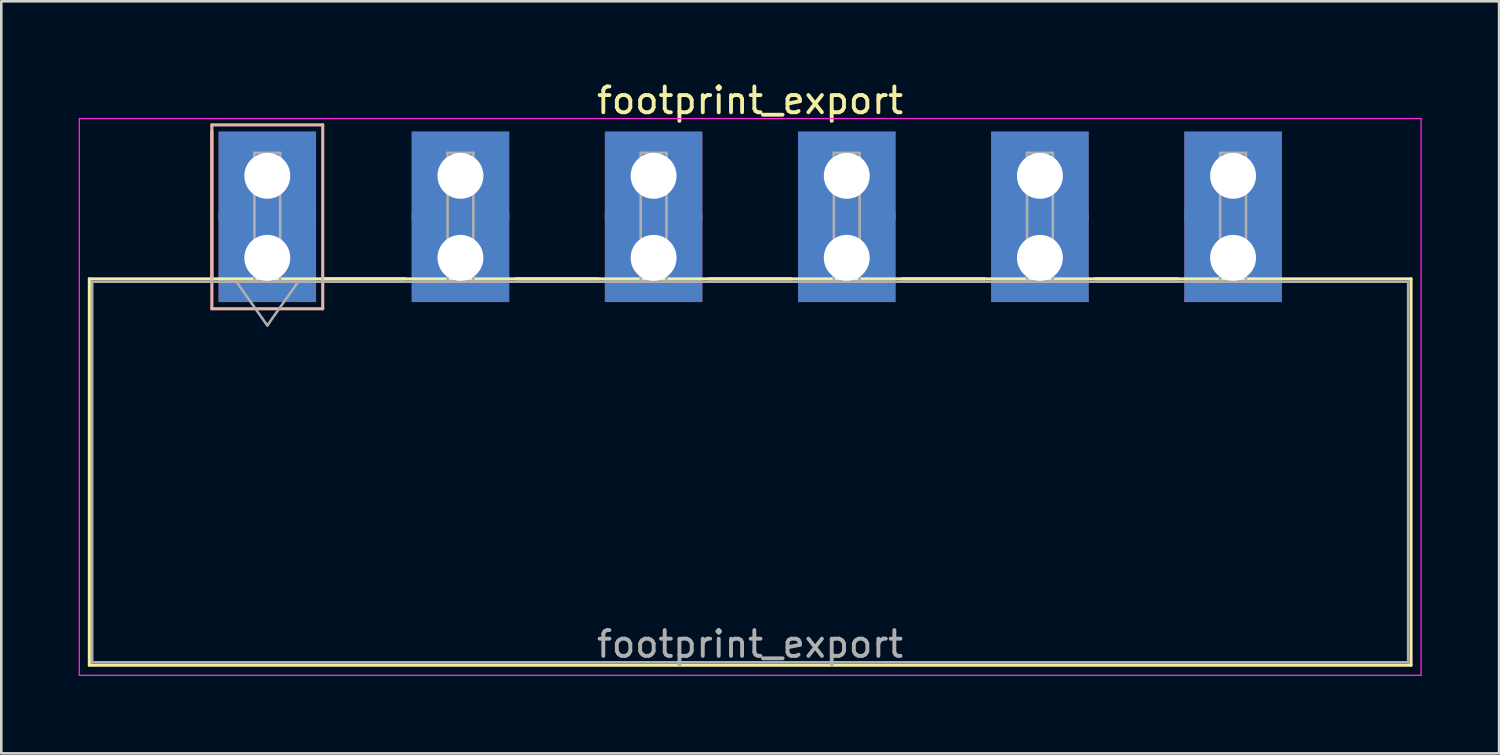
<source format=kicad_pcb>
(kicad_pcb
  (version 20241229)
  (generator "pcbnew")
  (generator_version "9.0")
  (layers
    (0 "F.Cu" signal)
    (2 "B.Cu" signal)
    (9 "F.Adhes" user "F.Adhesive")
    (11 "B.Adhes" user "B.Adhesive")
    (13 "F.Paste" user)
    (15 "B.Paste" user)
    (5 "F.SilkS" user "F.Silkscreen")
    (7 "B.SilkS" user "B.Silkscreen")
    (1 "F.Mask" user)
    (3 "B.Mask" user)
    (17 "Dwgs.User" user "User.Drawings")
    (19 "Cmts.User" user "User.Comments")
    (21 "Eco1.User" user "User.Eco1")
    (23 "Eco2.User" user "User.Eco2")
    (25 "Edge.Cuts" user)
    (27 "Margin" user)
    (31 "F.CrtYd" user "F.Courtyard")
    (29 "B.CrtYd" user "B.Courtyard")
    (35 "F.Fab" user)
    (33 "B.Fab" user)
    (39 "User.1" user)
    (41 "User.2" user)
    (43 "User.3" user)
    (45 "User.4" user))
  (footprint "footprint_export"
    (layer "F.Cu")
    (at 7.315 6.948)
    (property "Reference" "footprint_export" (at 18.72 -6.1 0) (layer "F.SilkS") (effects (font (size 1 1) (thickness 0.15))))
    (attr through_hole)
    (fp_line (start -6.9 0.815) (end -6.9 15.795) (stroke (width 0.12) (type solid)) (layer "F.SilkS"))
    (fp_line (start -6.9 15.795) (end 44.35 15.795) (stroke (width 0.12) (type solid)) (layer "F.SilkS"))
    (fp_line (start -2.15 0.815) (end -2.15 -4.895) (stroke (width 0.12) (type solid)) (layer "F.SilkS"))
    (fp_line (start 2.15 0.815) (end 5.34 0.815) (stroke (width 0.12) (type solid)) (layer "F.SilkS"))
    (fp_line (start 9.64 0.815) (end 12.83 0.815) (stroke (width 0.12) (type solid)) (layer "F.SilkS"))
    (fp_line (start 17.13 0.815) (end 20.32 0.815) (stroke (width 0.12) (type solid)) (layer "F.SilkS"))
    (fp_line (start 24.62 0.815) (end 27.81 0.815) (stroke (width 0.12) (type solid)) (layer "F.SilkS"))
    (fp_line (start 32.11 0.815) (end 35.3 0.815) (stroke (width 0.12) (type solid)) (layer "F.SilkS"))
    (fp_line (start 44.35 0.815) (end -6.9 0.815) (stroke (width 0.12) (type solid)) (layer "F.SilkS"))
    (fp_line (start 44.35 15.795) (end 44.35 0.815) (stroke (width 0.12) (type solid)) (layer "F.SilkS"))
    (fp_line (start -2.15 -5.155) (end -2.15 1.975) (stroke (width 0.12) (type solid)) (layer "B.SilkS"))
    (fp_line (start -2.15 1.975) (end 2.15 1.975) (stroke (width 0.12) (type solid)) (layer "B.SilkS"))
    (fp_line (start 2.15 -5.155) (end -2.15 -5.155) (stroke (width 0.12) (type solid)) (layer "B.SilkS"))
    (fp_line (start 2.15 1.975) (end 2.15 -5.155) (stroke (width 0.12) (type solid)) (layer "B.SilkS"))
    (fp_line (start -7.29 -5.4) (end -7.29 16.19) (stroke (width 0.05) (type solid)) (layer "F.CrtYd"))
    (fp_line (start -7.29 16.19) (end 44.74 16.19) (stroke (width 0.05) (type solid)) (layer "F.CrtYd"))
    (fp_line (start 44.74 -5.4) (end -7.29 -5.4) (stroke (width 0.05) (type solid)) (layer "F.CrtYd"))
    (fp_line (start 44.74 16.19) (end 44.74 -5.4) (stroke (width 0.05) (type solid)) (layer "F.CrtYd"))
    (fp_line (start -6.79 0.925) (end -6.79 15.685) (stroke (width 0.1) (type solid)) (layer "F.Fab"))
    (fp_line (start -6.79 15.685) (end 44.24 15.685) (stroke (width 0.1) (type solid)) (layer "F.Fab"))
    (fp_line (start -1.2 0.925) (end 0 2.622) (stroke (width 0.1) (type solid)) (layer "F.Fab"))
    (fp_line (start -0.5 -4.07) (end 0.5 -4.07) (stroke (width 0.1) (type solid)) (layer "F.Fab"))
    (fp_line (start -0.5 0.925) (end -0.5 -4.07) (stroke (width 0.1) (type solid)) (layer "F.Fab"))
    (fp_line (start 0 2.622) (end 1.2 0.925) (stroke (width 0.1) (type solid)) (layer "F.Fab"))
    (fp_line (start 0.5 -4.07) (end 0.5 0.925) (stroke (width 0.1) (type solid)) (layer "F.Fab"))
    (fp_line (start 0.5 0.925) (end -0.5 0.925) (stroke (width 0.1) (type solid)) (layer "F.Fab"))
    (fp_line (start 6.99 -4.07) (end 7.99 -4.07) (stroke (width 0.1) (type solid)) (layer "F.Fab"))
    (fp_line (start 6.99 0.925) (end 6.99 -4.07) (stroke (width 0.1) (type solid)) (layer "F.Fab"))
    (fp_line (start 7.99 -4.07) (end 7.99 0.925) (stroke (width 0.1) (type solid)) (layer "F.Fab"))
    (fp_line (start 7.99 0.925) (end 6.99 0.925) (stroke (width 0.1) (type solid)) (layer "F.Fab"))
    (fp_line (start 14.48 -4.07) (end 15.48 -4.07) (stroke (width 0.1) (type solid)) (layer "F.Fab"))
    (fp_line (start 14.48 0.925) (end 14.48 -4.07) (stroke (width 0.1) (type solid)) (layer "F.Fab"))
    (fp_line (start 15.48 -4.07) (end 15.48 0.925) (stroke (width 0.1) (type solid)) (layer "F.Fab"))
    (fp_line (start 15.48 0.925) (end 14.48 0.925) (stroke (width 0.1) (type solid)) (layer "F.Fab"))
    (fp_line (start 21.97 -4.07) (end 22.97 -4.07) (stroke (width 0.1) (type solid)) (layer "F.Fab"))
    (fp_line (start 21.97 0.925) (end 21.97 -4.07) (stroke (width 0.1) (type solid)) (layer "F.Fab"))
    (fp_line (start 22.97 -4.07) (end 22.97 0.925) (stroke (width 0.1) (type solid)) (layer "F.Fab"))
    (fp_line (start 22.97 0.925) (end 21.97 0.925) (stroke (width 0.1) (type solid)) (layer "F.Fab"))
    (fp_line (start 29.46 -4.07) (end 30.46 -4.07) (stroke (width 0.1) (type solid)) (layer "F.Fab"))
    (fp_line (start 29.46 0.925) (end 29.46 -4.07) (stroke (width 0.1) (type solid)) (layer "F.Fab"))
    (fp_line (start 30.46 -4.07) (end 30.46 0.925) (stroke (width 0.1) (type solid)) (layer "F.Fab"))
    (fp_line (start 30.46 0.925) (end 29.46 0.925) (stroke (width 0.1) (type solid)) (layer "F.Fab"))
    (fp_line (start 36.95 -4.07) (end 37.95 -4.07) (stroke (width 0.1) (type solid)) (layer "F.Fab"))
    (fp_line (start 36.95 0.925) (end 36.95 -4.07) (stroke (width 0.1) (type solid)) (layer "F.Fab"))
    (fp_line (start 37.95 -4.07) (end 37.95 0.925) (stroke (width 0.1) (type solid)) (layer "F.Fab"))
    (fp_line (start 37.95 0.925) (end 36.95 0.925) (stroke (width 0.1) (type solid)) (layer "F.Fab"))
    (fp_line (start 44.24 0.925) (end -6.79 0.925) (stroke (width 0.1) (type solid)) (layer "F.Fab"))
    (fp_line (start 44.24 15.685) (end 44.24 0.925) (stroke (width 0.1) (type solid)) (layer "F.Fab"))
    (fp_text user "${REFERENCE}" (at 18.72 14.98 0) (layer "F.Fab") (effects (font (size 1 1) (thickness 0.15))))
    (pad "1" thru_hole rect (at 0 -3.18) (size 3.78 3.43) (drill 1.78) (layers "*.Cu" "*.Mask"))
    (pad "1" thru_hole rect (at 0 0) (size 3.78 3.43) (drill 1.78) (layers "*.Cu" "*.Mask"))
    (pad "2" thru_hole rect (at 7.49 -3.18) (size 3.78 3.43) (drill 1.78) (layers "*.Cu" "*.Mask"))
    (pad "2" thru_hole rect (at 7.49 0) (size 3.78 3.43) (drill 1.78) (layers "*.Cu" "*.Mask"))
    (pad "3" thru_hole rect (at 14.98 -3.18) (size 3.78 3.43) (drill 1.78) (layers "*.Cu" "*.Mask"))
    (pad "3" thru_hole rect (at 14.98 0) (size 3.78 3.43) (drill 1.78) (layers "*.Cu" "*.Mask"))
    (pad "4" thru_hole rect (at 22.47 -3.18) (size 3.78 3.43) (drill 1.78) (layers "*.Cu" "*.Mask"))
    (pad "4" thru_hole rect (at 22.47 0) (size 3.78 3.43) (drill 1.78) (layers "*.Cu" "*.Mask"))
    (pad "5" thru_hole rect (at 29.96 -3.18) (size 3.78 3.43) (drill 1.78) (layers "*.Cu" "*.Mask"))
    (pad "5" thru_hole rect (at 29.96 0) (size 3.78 3.43) (drill 1.78) (layers "*.Cu" "*.Mask"))
    (pad "6" thru_hole rect (at 37.45 -3.18) (size 3.78 3.43) (drill 1.78) (layers "*.Cu" "*.Mask"))
    (pad "6" thru_hole rect (at 37.45 0) (size 3.78 3.43) (drill 1.78) (layers "*.Cu" "*.Mask")))
  (gr_rect
    (start -3 -3)
    (end 55.08 26.163)
    (stroke (width 0.1) (type default))
    (fill no)
    (layer "Edge.Cuts")))
</source>
